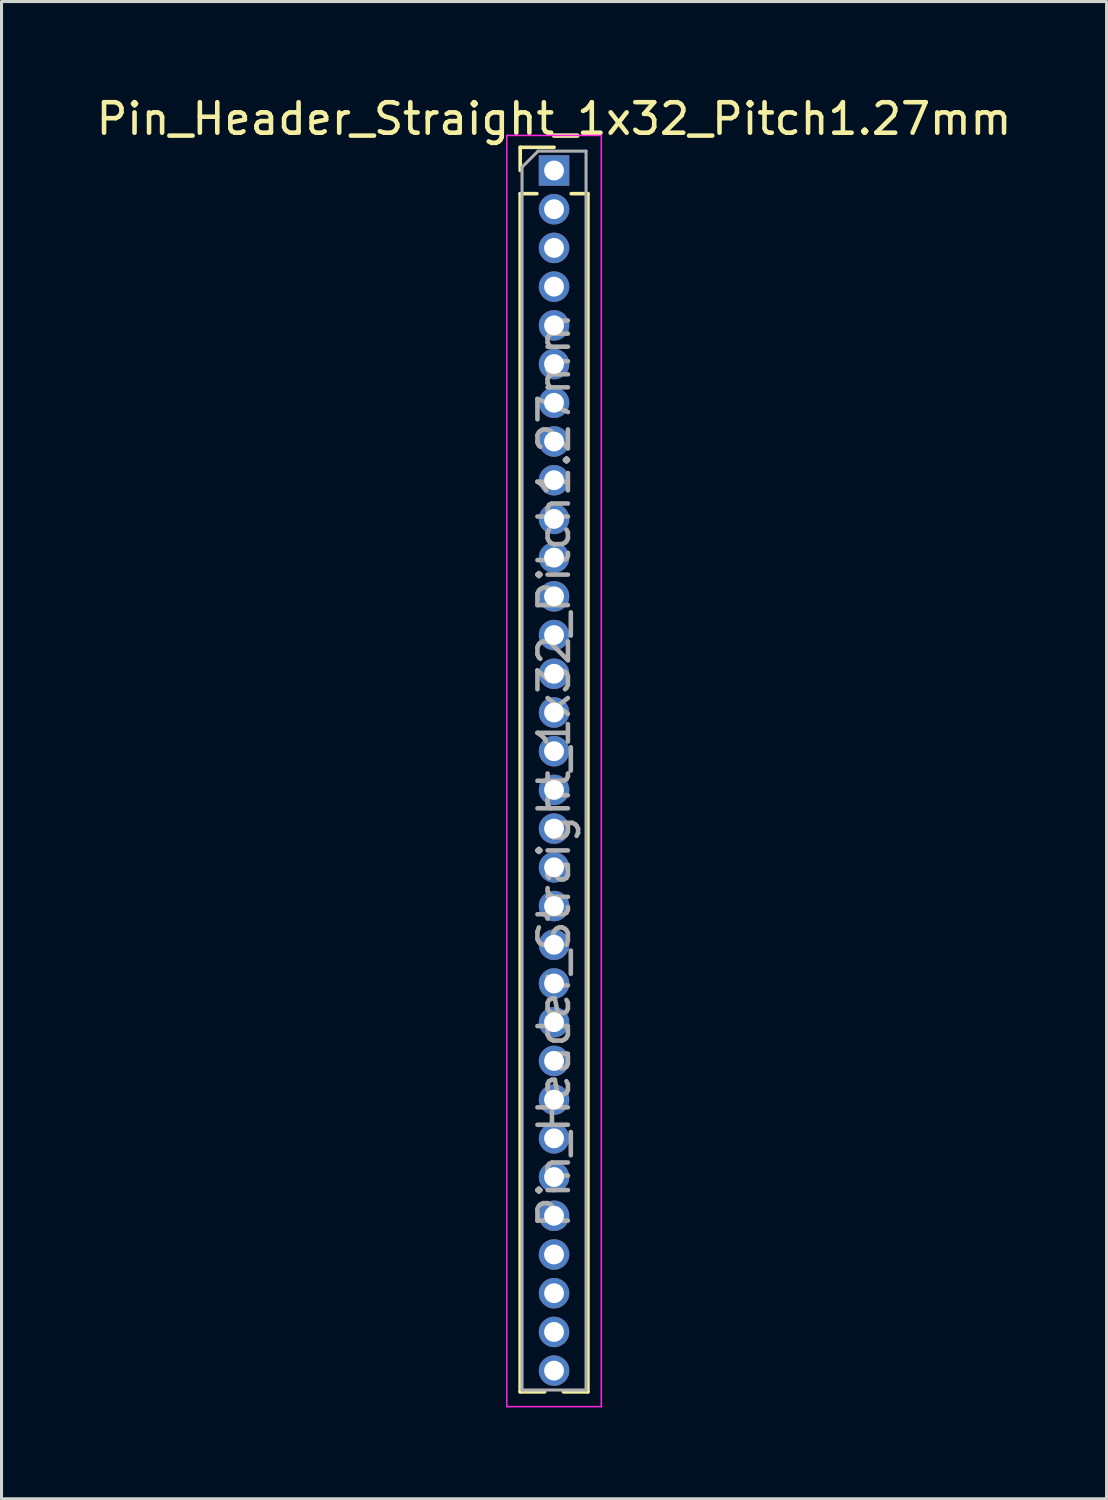
<source format=kicad_pcb>
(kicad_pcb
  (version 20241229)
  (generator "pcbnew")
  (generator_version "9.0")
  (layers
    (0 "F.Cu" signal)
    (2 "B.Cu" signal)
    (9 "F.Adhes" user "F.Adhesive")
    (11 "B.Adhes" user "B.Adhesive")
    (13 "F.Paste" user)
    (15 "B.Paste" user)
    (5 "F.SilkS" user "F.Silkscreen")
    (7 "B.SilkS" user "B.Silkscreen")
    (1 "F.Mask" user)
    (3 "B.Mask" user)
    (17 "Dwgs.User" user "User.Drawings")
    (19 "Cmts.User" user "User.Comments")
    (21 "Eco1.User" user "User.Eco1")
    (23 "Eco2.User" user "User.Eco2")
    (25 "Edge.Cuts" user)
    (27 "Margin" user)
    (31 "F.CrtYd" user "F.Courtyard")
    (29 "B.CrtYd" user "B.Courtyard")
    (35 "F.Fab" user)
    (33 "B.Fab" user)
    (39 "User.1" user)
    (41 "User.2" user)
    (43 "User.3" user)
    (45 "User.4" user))
  (footprint "Pin_Header_Straight_1x32_Pitch1.27mm"
    (layer "F.Cu")
    (at 15.125 2.543)
    (property "Reference" "Pin_Header_Straight_1x32_Pitch1.27mm" (at 0 -1.695 0) (layer "F.SilkS") (effects (font (size 1 1) (thickness 0.15))))
    (attr through_hole)
    (fp_line (start -1.11 -0.76) (end 0 -0.76) (stroke (width 0.12) (type solid)) (layer "F.SilkS"))
    (fp_line (start -1.11 0) (end -1.11 -0.76) (stroke (width 0.12) (type solid)) (layer "F.SilkS"))
    (fp_line (start -1.11 0.76) (end -1.11 40.065) (stroke (width 0.12) (type solid)) (layer "F.SilkS"))
    (fp_line (start -1.11 0.76) (end -0.563 0.76) (stroke (width 0.12) (type solid)) (layer "F.SilkS"))
    (fp_line (start -1.11 40.065) (end -0.308 40.065) (stroke (width 0.12) (type solid)) (layer "F.SilkS"))
    (fp_line (start 0.308 40.065) (end 1.11 40.065) (stroke (width 0.12) (type solid)) (layer "F.SilkS"))
    (fp_line (start 0.563 0.76) (end 1.11 0.76) (stroke (width 0.12) (type solid)) (layer "F.SilkS"))
    (fp_line (start 1.11 0.76) (end 1.11 40.065) (stroke (width 0.12) (type solid)) (layer "F.SilkS"))
    (fp_line (start -1.55 -1.15) (end -1.55 40.55) (stroke (width 0.05) (type solid)) (layer "F.CrtYd"))
    (fp_line (start -1.55 40.55) (end 1.55 40.55) (stroke (width 0.05) (type solid)) (layer "F.CrtYd"))
    (fp_line (start 1.55 -1.15) (end -1.55 -1.15) (stroke (width 0.05) (type solid)) (layer "F.CrtYd"))
    (fp_line (start 1.55 40.55) (end 1.55 -1.15) (stroke (width 0.05) (type solid)) (layer "F.CrtYd"))
    (fp_line (start -1.05 -0.11) (end -0.525 -0.635) (stroke (width 0.1) (type solid)) (layer "F.Fab"))
    (fp_line (start -1.05 40.005) (end -1.05 -0.11) (stroke (width 0.1) (type solid)) (layer "F.Fab"))
    (fp_line (start -0.525 -0.635) (end 1.05 -0.635) (stroke (width 0.1) (type solid)) (layer "F.Fab"))
    (fp_line (start 1.05 -0.635) (end 1.05 40.005) (stroke (width 0.1) (type solid)) (layer "F.Fab"))
    (fp_line (start 1.05 40.005) (end -1.05 40.005) (stroke (width 0.1) (type solid)) (layer "F.Fab"))
    (fp_text user "${REFERENCE}" (at 0 19.685 90) (layer "F.Fab") (effects (font (size 1 1) (thickness 0.15))))
    (pad "1" thru_hole rect (at 0 0) (size 1 1) (drill 0.65) (layers "*.Cu" "*.Mask"))
    (pad "2" thru_hole oval (at 0 1.27) (size 1 1) (drill 0.65) (layers "*.Cu" "*.Mask"))
    (pad "3" thru_hole oval (at 0 2.54) (size 1 1) (drill 0.65) (layers "*.Cu" "*.Mask"))
    (pad "4" thru_hole oval (at 0 3.81) (size 1 1) (drill 0.65) (layers "*.Cu" "*.Mask"))
    (pad "5" thru_hole oval (at 0 5.08) (size 1 1) (drill 0.65) (layers "*.Cu" "*.Mask"))
    (pad "6" thru_hole oval (at 0 6.35) (size 1 1) (drill 0.65) (layers "*.Cu" "*.Mask"))
    (pad "7" thru_hole oval (at 0 7.62) (size 1 1) (drill 0.65) (layers "*.Cu" "*.Mask"))
    (pad "8" thru_hole oval (at 0 8.89) (size 1 1) (drill 0.65) (layers "*.Cu" "*.Mask"))
    (pad "9" thru_hole oval (at 0 10.16) (size 1 1) (drill 0.65) (layers "*.Cu" "*.Mask"))
    (pad "10" thru_hole oval (at 0 11.43) (size 1 1) (drill 0.65) (layers "*.Cu" "*.Mask"))
    (pad "11" thru_hole oval (at 0 12.7) (size 1 1) (drill 0.65) (layers "*.Cu" "*.Mask"))
    (pad "12" thru_hole oval (at 0 13.97) (size 1 1) (drill 0.65) (layers "*.Cu" "*.Mask"))
    (pad "13" thru_hole oval (at 0 15.24) (size 1 1) (drill 0.65) (layers "*.Cu" "*.Mask"))
    (pad "14" thru_hole oval (at 0 16.51) (size 1 1) (drill 0.65) (layers "*.Cu" "*.Mask"))
    (pad "15" thru_hole oval (at 0 17.78) (size 1 1) (drill 0.65) (layers "*.Cu" "*.Mask"))
    (pad "16" thru_hole oval (at 0 19.05) (size 1 1) (drill 0.65) (layers "*.Cu" "*.Mask"))
    (pad "17" thru_hole oval (at 0 20.32) (size 1 1) (drill 0.65) (layers "*.Cu" "*.Mask"))
    (pad "18" thru_hole oval (at 0 21.59) (size 1 1) (drill 0.65) (layers "*.Cu" "*.Mask"))
    (pad "19" thru_hole oval (at 0 22.86) (size 1 1) (drill 0.65) (layers "*.Cu" "*.Mask"))
    (pad "20" thru_hole oval (at 0 24.13) (size 1 1) (drill 0.65) (layers "*.Cu" "*.Mask"))
    (pad "21" thru_hole oval (at 0 25.4) (size 1 1) (drill 0.65) (layers "*.Cu" "*.Mask"))
    (pad "22" thru_hole oval (at 0 26.67) (size 1 1) (drill 0.65) (layers "*.Cu" "*.Mask"))
    (pad "23" thru_hole oval (at 0 27.94) (size 1 1) (drill 0.65) (layers "*.Cu" "*.Mask"))
    (pad "24" thru_hole oval (at 0 29.21) (size 1 1) (drill 0.65) (layers "*.Cu" "*.Mask"))
    (pad "25" thru_hole oval (at 0 30.48) (size 1 1) (drill 0.65) (layers "*.Cu" "*.Mask"))
    (pad "26" thru_hole oval (at 0 31.75) (size 1 1) (drill 0.65) (layers "*.Cu" "*.Mask"))
    (pad "27" thru_hole oval (at 0 33.02) (size 1 1) (drill 0.65) (layers "*.Cu" "*.Mask"))
    (pad "28" thru_hole oval (at 0 34.29) (size 1 1) (drill 0.65) (layers "*.Cu" "*.Mask"))
    (pad "29" thru_hole oval (at 0 35.56) (size 1 1) (drill 0.65) (layers "*.Cu" "*.Mask"))
    (pad "30" thru_hole oval (at 0 36.83) (size 1 1) (drill 0.65) (layers "*.Cu" "*.Mask"))
    (pad "31" thru_hole oval (at 0 38.1) (size 1 1) (drill 0.65) (layers "*.Cu" "*.Mask"))
    (pad "32" thru_hole oval (at 0 39.37) (size 1 1) (drill 0.65) (layers "*.Cu" "*.Mask")))
  (gr_rect
    (start -3 -3)
    (end 33.25 46.118)
    (stroke (width 0.1) (type default))
    (fill no)
    (layer "Edge.Cuts")))
</source>
